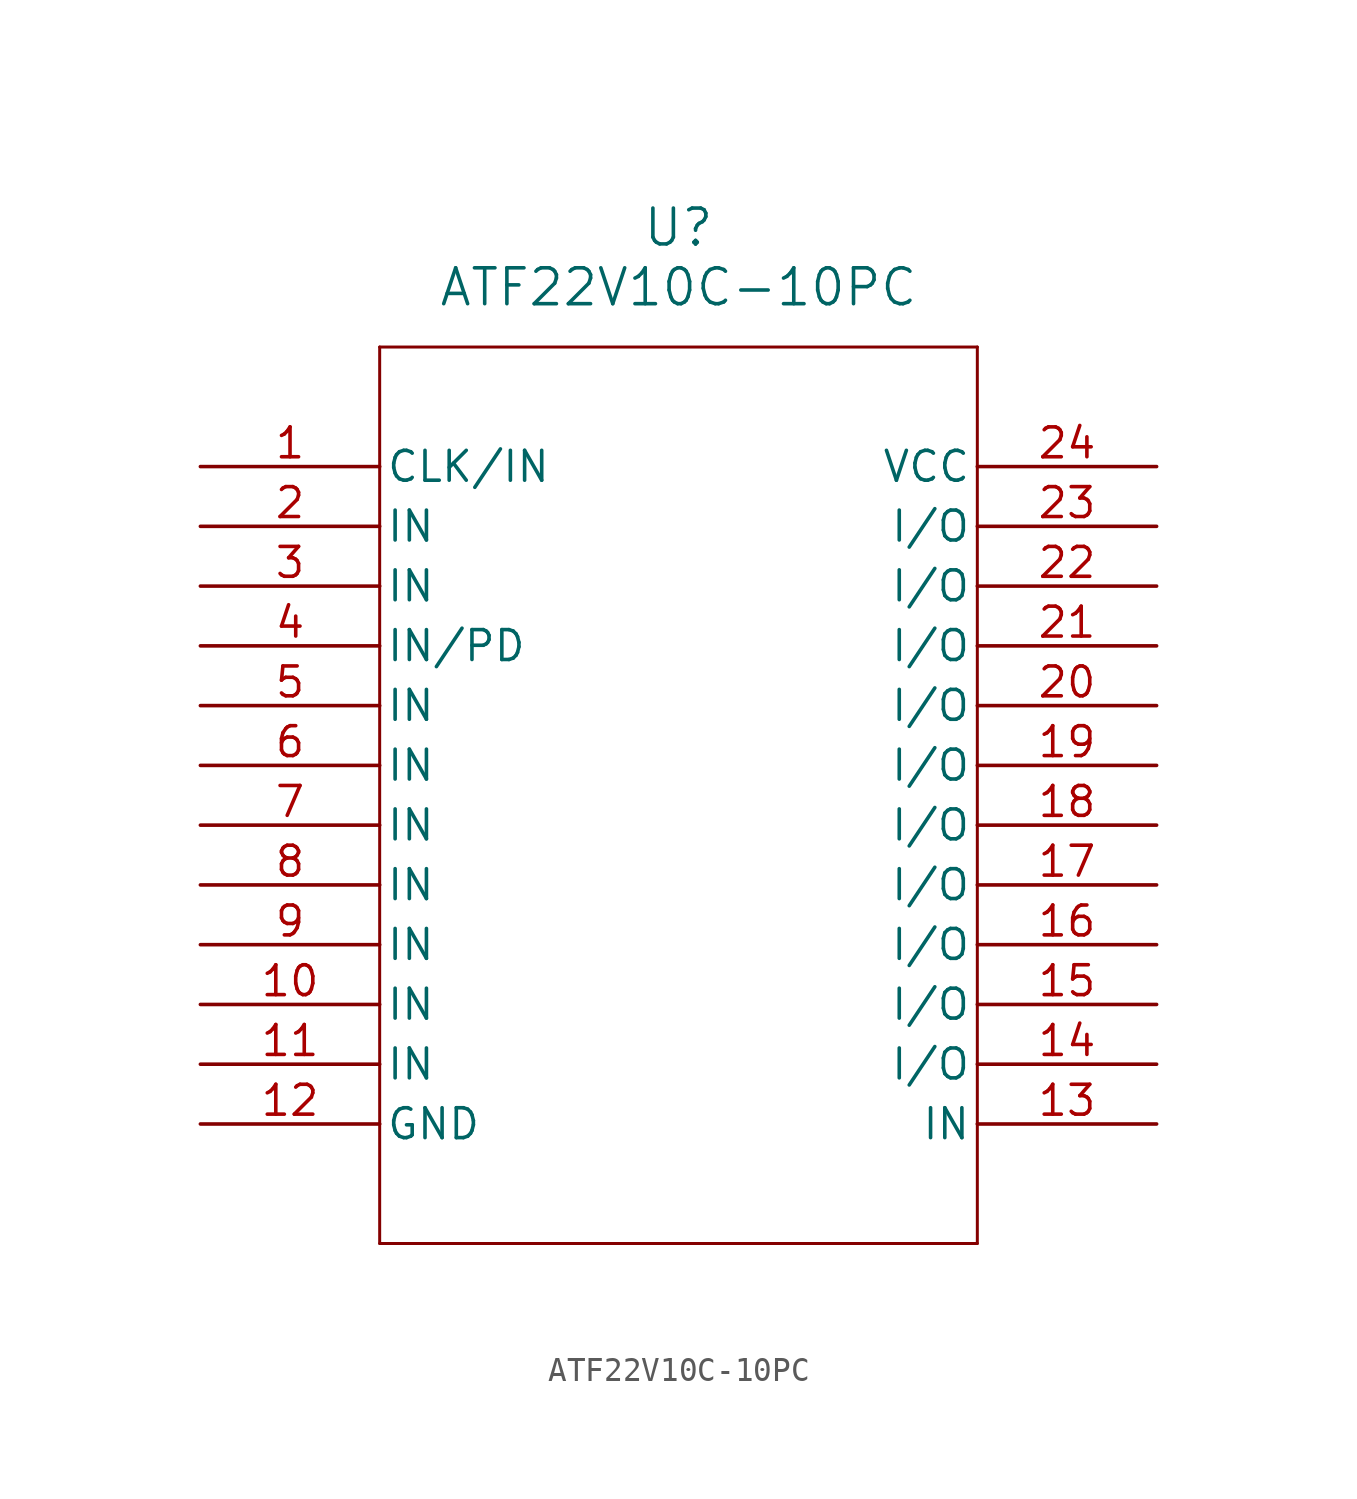
<source format=kicad_sym>
(kicad_symbol_lib
  (version 20211014)
  (generator kicad_symbol_editor)
  (symbol "ATF22V10C-10PC"
    (pin_names
      (offset 0.254))
    (property "Reference" "U"
      (at 20.32 10.16 0)
      (effects (font (size 1.524 1.524))))
    (property "Value" "ATF22V10C-10PC"
      (at 20.32 7.62 0)
      (effects (font (size 1.524 1.524))))
    (symbol "ATF22V10C-10PC_0_1"
      (polyline (pts (xy 7.62 5.08) (xy 7.62 -33.02)) (stroke (width 0.127) (type default) (color 0 0 0 0)) (fill (type none)))
      (polyline (pts (xy 7.62 -33.02) (xy 33.02 -33.02)) (stroke (width 0.127) (type default) (color 0 0 0 0)) (fill (type none)))
      (polyline (pts (xy 33.02 -33.02) (xy 33.02 5.08)) (stroke (width 0.127) (type default) (color 0 0 0 0)) (fill (type none)))
      (polyline (pts (xy 33.02 5.08) (xy 7.62 5.08)) (stroke (width 0.127) (type default) (color 0 0 0 0)) (fill (type none)))
      (pin unspecified line (at 0 0 0) (length 7.62) (name "CLK/IN" (effects (font (size 1.27 1.27)))) (number "1" (effects (font (size 1.27 1.27)))))
      (pin unspecified line (at 0 -2.54 0) (length 7.62) (name "IN" (effects (font (size 1.27 1.27)))) (number "2" (effects (font (size 1.27 1.27)))))
      (pin unspecified line (at 0 -5.08 0) (length 7.62) (name "IN" (effects (font (size 1.27 1.27)))) (number "3" (effects (font (size 1.27 1.27)))))
      (pin unspecified line (at 0 -7.62 0) (length 7.62) (name "IN/PD" (effects (font (size 1.27 1.27)))) (number "4" (effects (font (size 1.27 1.27)))))
      (pin unspecified line (at 0 -10.16 0) (length 7.62) (name "IN" (effects (font (size 1.27 1.27)))) (number "5" (effects (font (size 1.27 1.27)))))
      (pin unspecified line (at 0 -12.7 0) (length 7.62) (name "IN" (effects (font (size 1.27 1.27)))) (number "6" (effects (font (size 1.27 1.27)))))
      (pin unspecified line (at 0 -15.24 0) (length 7.62) (name "IN" (effects (font (size 1.27 1.27)))) (number "7" (effects (font (size 1.27 1.27)))))
      (pin unspecified line (at 0 -17.78 0) (length 7.62) (name "IN" (effects (font (size 1.27 1.27)))) (number "8" (effects (font (size 1.27 1.27)))))
      (pin unspecified line (at 0 -20.32 0) (length 7.62) (name "IN" (effects (font (size 1.27 1.27)))) (number "9" (effects (font (size 1.27 1.27)))))
      (pin unspecified line (at 0 -22.86 0) (length 7.62) (name "IN" (effects (font (size 1.27 1.27)))) (number "10" (effects (font (size 1.27 1.27)))))
      (pin unspecified line (at 0 -25.4 0) (length 7.62) (name "IN" (effects (font (size 1.27 1.27)))) (number "11" (effects (font (size 1.27 1.27)))))
      (pin power_out line (at 0 -27.94 0) (length 7.62) (name "GND" (effects (font (size 1.27 1.27)))) (number "12" (effects (font (size 1.27 1.27)))))
      (pin unspecified line (at 40.64 -27.94 180) (length 7.62) (name "IN" (effects (font (size 1.27 1.27)))) (number "13" (effects (font (size 1.27 1.27)))))
      (pin unspecified line (at 40.64 -25.4 180) (length 7.62) (name "I/O" (effects (font (size 1.27 1.27)))) (number "14" (effects (font (size 1.27 1.27)))))
      (pin unspecified line (at 40.64 -22.86 180) (length 7.62) (name "I/O" (effects (font (size 1.27 1.27)))) (number "15" (effects (font (size 1.27 1.27)))))
      (pin unspecified line (at 40.64 -20.32 180) (length 7.62) (name "I/O" (effects (font (size 1.27 1.27)))) (number "16" (effects (font (size 1.27 1.27)))))
      (pin unspecified line (at 40.64 -17.78 180) (length 7.62) (name "I/O" (effects (font (size 1.27 1.27)))) (number "17" (effects (font (size 1.27 1.27)))))
      (pin unspecified line (at 40.64 -15.24 180) (length 7.62) (name "I/O" (effects (font (size 1.27 1.27)))) (number "18" (effects (font (size 1.27 1.27)))))
      (pin unspecified line (at 40.64 -12.7 180) (length 7.62) (name "I/O" (effects (font (size 1.27 1.27)))) (number "19" (effects (font (size 1.27 1.27)))))
      (pin unspecified line (at 40.64 -10.16 180) (length 7.62) (name "I/O" (effects (font (size 1.27 1.27)))) (number "20" (effects (font (size 1.27 1.27)))))
      (pin unspecified line (at 40.64 -7.62 180) (length 7.62) (name "I/O" (effects (font (size 1.27 1.27)))) (number "21" (effects (font (size 1.27 1.27)))))
      (pin unspecified line (at 40.64 -5.08 180) (length 7.62) (name "I/O" (effects (font (size 1.27 1.27)))) (number "22" (effects (font (size 1.27 1.27)))))
      (pin unspecified line (at 40.64 -2.54 180) (length 7.62) (name "I/O" (effects (font (size 1.27 1.27)))) (number "23" (effects (font (size 1.27 1.27)))))
      (pin power_in line (at 40.64 0 180) (length 7.62) (name "VCC" (effects (font (size 1.27 1.27)))) (number "24" (effects (font (size 1.27 1.27))))))))
</source>
